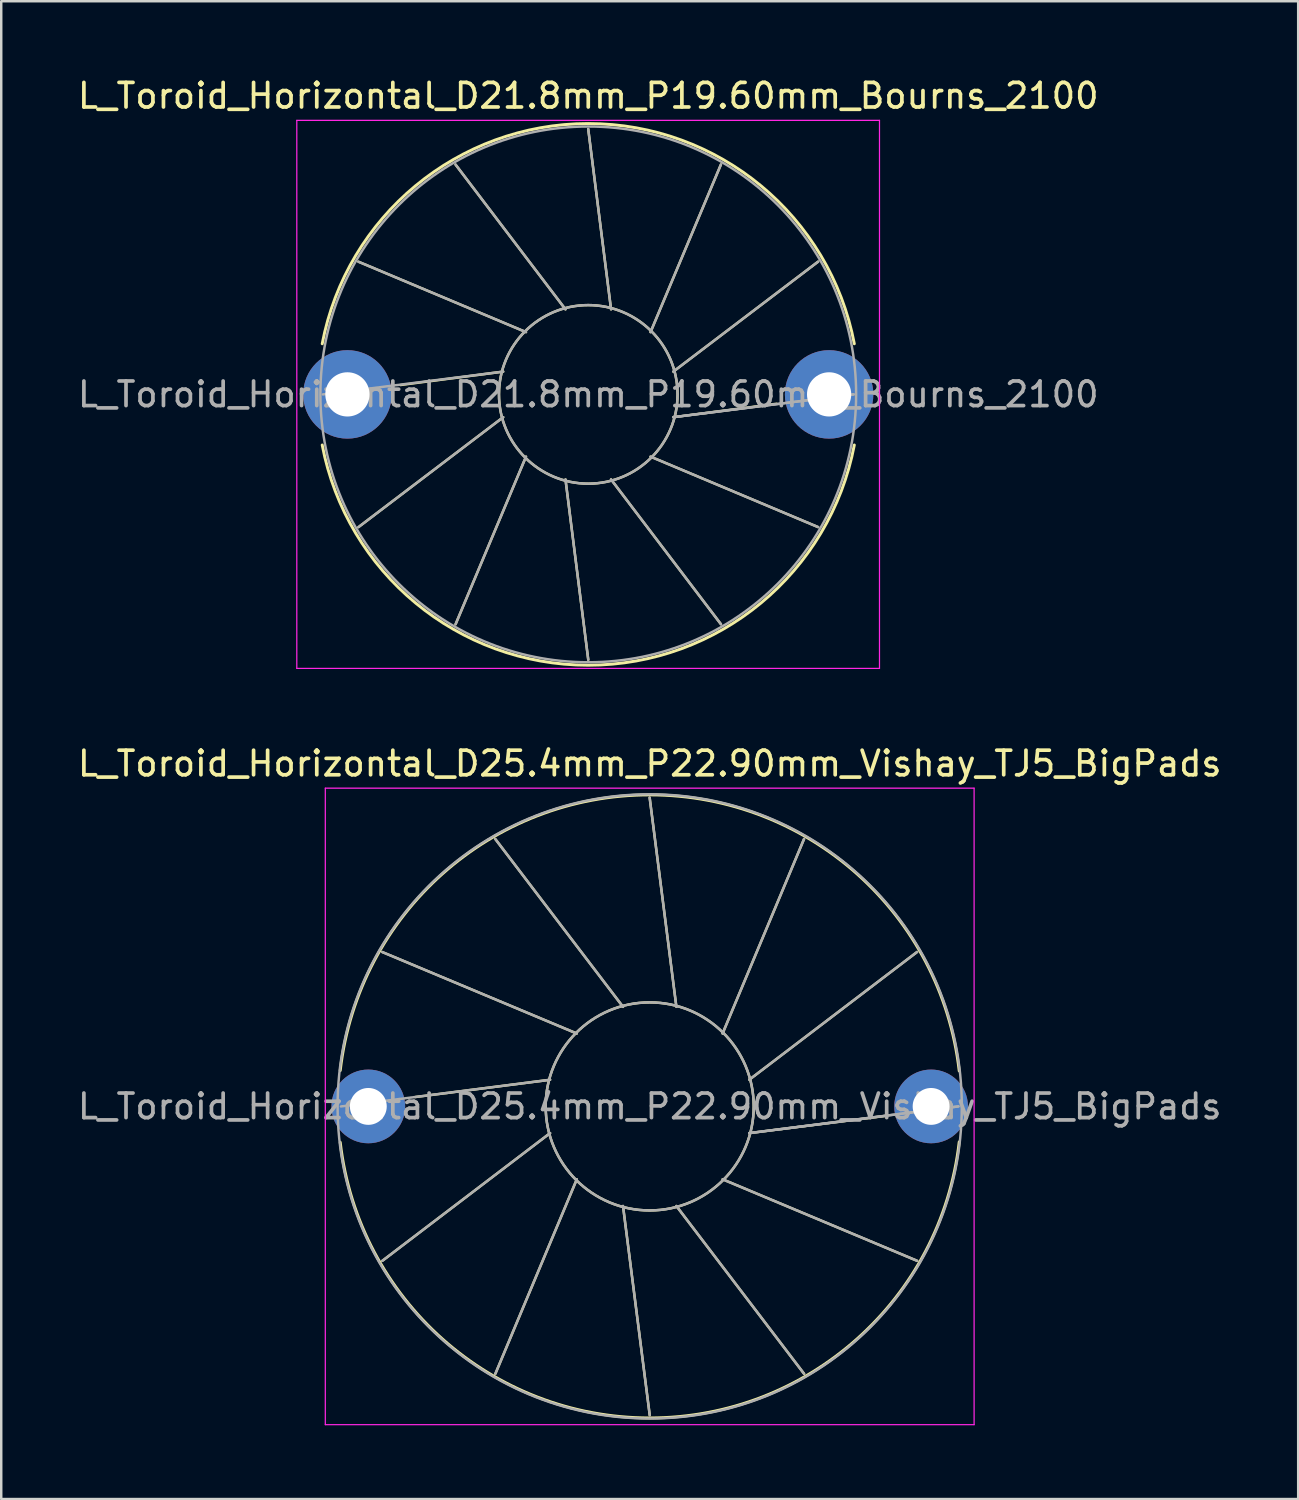
<source format=kicad_pcb>
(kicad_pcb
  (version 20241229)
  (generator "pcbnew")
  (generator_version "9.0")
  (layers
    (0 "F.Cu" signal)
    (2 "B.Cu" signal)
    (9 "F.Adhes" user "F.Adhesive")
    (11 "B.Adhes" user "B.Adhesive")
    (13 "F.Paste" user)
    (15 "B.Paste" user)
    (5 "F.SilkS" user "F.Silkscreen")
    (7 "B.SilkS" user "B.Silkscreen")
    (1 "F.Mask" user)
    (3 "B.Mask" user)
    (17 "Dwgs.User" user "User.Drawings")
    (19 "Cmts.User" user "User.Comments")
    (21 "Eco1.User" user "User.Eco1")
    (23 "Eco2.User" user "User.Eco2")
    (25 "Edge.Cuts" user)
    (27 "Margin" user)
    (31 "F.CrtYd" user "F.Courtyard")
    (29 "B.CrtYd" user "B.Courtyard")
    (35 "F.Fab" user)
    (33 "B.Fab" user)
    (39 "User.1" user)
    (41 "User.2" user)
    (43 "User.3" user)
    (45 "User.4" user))
  (footprint "L_Toroid_Horizontal_D21.8mm_P19.60mm_Bourns_2100"
    (layer "F.Cu")
    (at 11.087 12.998)
    (property "Reference" "L_Toroid_Horizontal_D21.8mm_P19.60mm_Bourns_2100" (at 9.8 -12.15 0) (layer "F.SilkS") (effects (font (size 1 1) (thickness 0.15))))
    (attr through_hole)
    (fp_line (start 0.447 -5.399) (end 7.266 -2.534) (stroke (width 0.1) (type solid)) (layer "F.SilkS"))
    (fp_line (start 0.448 5.401) (end 6.339 0.928) (stroke (width 0.1) (type solid)) (layer "F.SilkS"))
    (fp_line (start 2.159 -0.381) (end 6.338 -0.927) (stroke (width 0.1) (type solid)) (layer "F.SilkS"))
    (fp_line (start 4.399 -9.352) (end 8.872 -3.461) (stroke (width 0.1) (type solid)) (layer "F.SilkS"))
    (fp_line (start 4.401 9.353) (end 7.266 2.534) (stroke (width 0.1) (type solid)) (layer "F.SilkS"))
    (fp_line (start 9.798 -10.8) (end 10.727 -3.462) (stroke (width 0.1) (type solid)) (layer "F.SilkS"))
    (fp_line (start 9.8 10.8) (end 8.873 3.462) (stroke (width 0.1) (type solid)) (layer "F.SilkS"))
    (fp_line (start 15.198 -9.354) (end 12.334 -2.534) (stroke (width 0.1) (type solid)) (layer "F.SilkS"))
    (fp_line (start 15.2 9.353) (end 10.728 3.461) (stroke (width 0.1) (type solid)) (layer "F.SilkS"))
    (fp_line (start 17.462 0.381) (end 13.262 0.927) (stroke (width 0.1) (type solid)) (layer "F.SilkS"))
    (fp_line (start 19.152 -5.401) (end 13.261 -0.928) (stroke (width 0.1) (type solid)) (layer "F.SilkS"))
    (fp_line (start 19.153 5.4) (end 12.334 2.534) (stroke (width 0.1) (type solid)) (layer "F.SilkS"))
    (fp_arc (start -1.025747 -2.06) (mid 9.8 -11.02) (end 20.625747 -2.06) (stroke (width 0.12) (type solid)) (layer "F.SilkS"))
    (fp_arc (start 20.625747 2.06) (mid 9.8 11.02) (end -1.025747 2.06) (stroke (width 0.12) (type solid)) (layer "F.SilkS"))
    (fp_circle (center 9.8 0) (end 13.433 0) (stroke (width 0.1) (type solid)) (fill no) (layer "F.SilkS"))
    (fp_line (start -2.06 -11.15) (end -2.06 11.15) (stroke (width 0.05) (type solid)) (layer "F.CrtYd"))
    (fp_line (start -2.06 11.15) (end 21.65 11.15) (stroke (width 0.05) (type solid)) (layer "F.CrtYd"))
    (fp_line (start 21.65 -11.15) (end -2.06 -11.15) (stroke (width 0.05) (type solid)) (layer "F.CrtYd"))
    (fp_line (start 21.65 11.15) (end 21.65 -11.15) (stroke (width 0.05) (type solid)) (layer "F.CrtYd"))
    (fp_line (start -1 0.001) (end 6.338 -0.927) (stroke (width 0.1) (type solid)) (layer "F.Fab"))
    (fp_line (start 0.447 -5.399) (end 7.266 -2.534) (stroke (width 0.1) (type solid)) (layer "F.Fab"))
    (fp_line (start 0.448 5.401) (end 6.339 0.928) (stroke (width 0.1) (type solid)) (layer "F.Fab"))
    (fp_line (start 4.399 -9.352) (end 8.872 -3.461) (stroke (width 0.1) (type solid)) (layer "F.Fab"))
    (fp_line (start 4.401 9.353) (end 7.266 2.534) (stroke (width 0.1) (type solid)) (layer "F.Fab"))
    (fp_line (start 9.798 -10.8) (end 10.727 -3.462) (stroke (width 0.1) (type solid)) (layer "F.Fab"))
    (fp_line (start 9.8 10.8) (end 8.873 3.462) (stroke (width 0.1) (type solid)) (layer "F.Fab"))
    (fp_line (start 15.198 -9.354) (end 12.334 -2.534) (stroke (width 0.1) (type solid)) (layer "F.Fab"))
    (fp_line (start 15.2 9.353) (end 10.728 3.461) (stroke (width 0.1) (type solid)) (layer "F.Fab"))
    (fp_line (start 19.152 -5.401) (end 13.261 -0.928) (stroke (width 0.1) (type solid)) (layer "F.Fab"))
    (fp_line (start 19.153 5.4) (end 12.334 2.534) (stroke (width 0.1) (type solid)) (layer "F.Fab"))
    (fp_line (start 20.6 -0.002) (end 13.262 0.927) (stroke (width 0.1) (type solid)) (layer "F.Fab"))
    (fp_line (start 20.6 0) (end 13.261 0.927) (stroke (width 0.1) (type solid)) (layer "F.Fab"))
    (fp_circle (center 9.8 0) (end 13.433 0) (stroke (width 0.1) (type solid)) (fill no) (layer "F.Fab"))
    (fp_circle (center 9.8 0) (end 20.7 0) (stroke (width 0.1) (type solid)) (fill no) (layer "F.Fab"))
    (fp_text user "${REFERENCE}" (at 9.8 0 0) (layer "F.Fab") (effects (font (size 1 1) (thickness 0.15))))
    (pad "1" thru_hole circle (at 0 0) (size 3.6 3.6) (drill 1.8) (layers "*.Cu" "*.Mask"))
    (pad "2" thru_hole circle (at 19.6 0) (size 3.6 3.6) (drill 1.8) (layers "*.Cu" "*.Mask")))
  (footprint "L_Toroid_Horizontal_D25.4mm_P22.90mm_Vishay_TJ5_BigPads"
    (layer "F.Cu")
    (at 11.937 41.971)
    (property "Reference" "L_Toroid_Horizontal_D25.4mm_P22.90mm_Vishay_TJ5_BigPads" (at 11.45 -13.95 0) (layer "F.SilkS") (effects (font (size 1 1) (thickness 0.15))))
    (attr through_hole)
    (fp_line (start 0.569 -6.281) (end 8.483 -2.966) (stroke (width 0.1) (type solid)) (layer "F.SilkS"))
    (fp_line (start 0.57 6.283) (end 7.397 1.086) (stroke (width 0.1) (type solid)) (layer "F.SilkS"))
    (fp_line (start 1.905 -0.381) (end 7.397 -1.085) (stroke (width 0.1) (type solid)) (layer "F.SilkS"))
    (fp_line (start 5.167 -10.88) (end 10.364 -4.052) (stroke (width 0.1) (type solid)) (layer "F.SilkS"))
    (fp_line (start 5.169 10.881) (end 8.483 2.967) (stroke (width 0.1) (type solid)) (layer "F.SilkS"))
    (fp_line (start 11.448 -12.564) (end 12.535 -4.053) (stroke (width 0.1) (type solid)) (layer "F.SilkS"))
    (fp_line (start 11.451 12.564) (end 10.364 4.053) (stroke (width 0.1) (type solid)) (layer "F.SilkS"))
    (fp_line (start 17.73 -10.881) (end 14.416 -2.967) (stroke (width 0.1) (type solid)) (layer "F.SilkS"))
    (fp_line (start 17.732 10.88) (end 12.536 4.053) (stroke (width 0.1) (type solid)) (layer "F.SilkS"))
    (fp_line (start 21.082 0.381) (end 15.503 1.086) (stroke (width 0.1) (type solid)) (layer "F.SilkS"))
    (fp_line (start 22.329 -6.284) (end 15.502 -1.087) (stroke (width 0.1) (type solid)) (layer "F.SilkS"))
    (fp_line (start 22.33 6.282) (end 14.417 2.967) (stroke (width 0.1) (type solid)) (layer "F.SilkS"))
    (fp_arc (start -1.143 -1.4605) (mid 11.458425 -12.677407) (end 24.04493 -1.443761) (stroke (width 0.12) (type solid)) (layer "F.SilkS"))
    (fp_arc (start 24.044874 1.44425) (mid 11.458179 12.677407) (end -1.143 1.4605) (stroke (width 0.12) (type solid)) (layer "F.SilkS"))
    (fp_circle (center 11.45 0) (end 15.683 0) (stroke (width 0.1) (type solid)) (fill no) (layer "F.SilkS"))
    (fp_line (start -1.75 -12.95) (end -1.75 12.95) (stroke (width 0.05) (type solid)) (layer "F.CrtYd"))
    (fp_line (start -1.75 12.95) (end 24.65 12.95) (stroke (width 0.05) (type solid)) (layer "F.CrtYd"))
    (fp_line (start 24.65 -12.95) (end -1.75 -12.95) (stroke (width 0.05) (type solid)) (layer "F.CrtYd"))
    (fp_line (start 24.65 12.95) (end 24.65 -12.95) (stroke (width 0.05) (type solid)) (layer "F.CrtYd"))
    (fp_line (start -1.114 0.001) (end 7.397 -1.085) (stroke (width 0.1) (type solid)) (layer "F.Fab"))
    (fp_line (start 0.569 -6.281) (end 8.483 -2.966) (stroke (width 0.1) (type solid)) (layer "F.Fab"))
    (fp_line (start 0.57 6.283) (end 7.397 1.086) (stroke (width 0.1) (type solid)) (layer "F.Fab"))
    (fp_line (start 5.167 -10.88) (end 10.364 -4.052) (stroke (width 0.1) (type solid)) (layer "F.Fab"))
    (fp_line (start 5.169 10.881) (end 8.483 2.967) (stroke (width 0.1) (type solid)) (layer "F.Fab"))
    (fp_line (start 11.448 -12.564) (end 12.535 -4.053) (stroke (width 0.1) (type solid)) (layer "F.Fab"))
    (fp_line (start 11.451 12.564) (end 10.364 4.053) (stroke (width 0.1) (type solid)) (layer "F.Fab"))
    (fp_line (start 17.73 -10.881) (end 14.416 -2.967) (stroke (width 0.1) (type solid)) (layer "F.Fab"))
    (fp_line (start 17.732 10.88) (end 12.536 4.053) (stroke (width 0.1) (type solid)) (layer "F.Fab"))
    (fp_line (start 22.329 -6.284) (end 15.502 -1.087) (stroke (width 0.1) (type solid)) (layer "F.Fab"))
    (fp_line (start 22.33 6.282) (end 14.417 2.967) (stroke (width 0.1) (type solid)) (layer "F.Fab"))
    (fp_line (start 24.014 -0.002) (end 15.503 1.085) (stroke (width 0.1) (type solid)) (layer "F.Fab"))
    (fp_line (start 24.014 0) (end 15.503 1.086) (stroke (width 0.1) (type solid)) (layer "F.Fab"))
    (fp_circle (center 11.45 0) (end 15.683 0) (stroke (width 0.1) (type solid)) (fill no) (layer "F.Fab"))
    (fp_circle (center 11.45 0) (end 24.15 0) (stroke (width 0.1) (type solid)) (fill no) (layer "F.Fab"))
    (fp_text user "${REFERENCE}" (at 11.45 0 0) (layer "F.Fab") (effects (font (size 1 1) (thickness 0.15))))
    (pad "1" thru_hole circle (at 0 0) (size 3 3) (drill 1.5) (layers "*.Cu" "*.Mask"))
    (pad "2" thru_hole circle (at 22.9 0) (size 3 3) (drill 1.5) (layers "*.Cu" "*.Mask")))
  (gr_rect
    (start -3 -3)
    (end 49.774 57.947)
    (stroke (width 0.1) (type default))
    (fill no)
    (layer "Edge.Cuts")))
</source>
